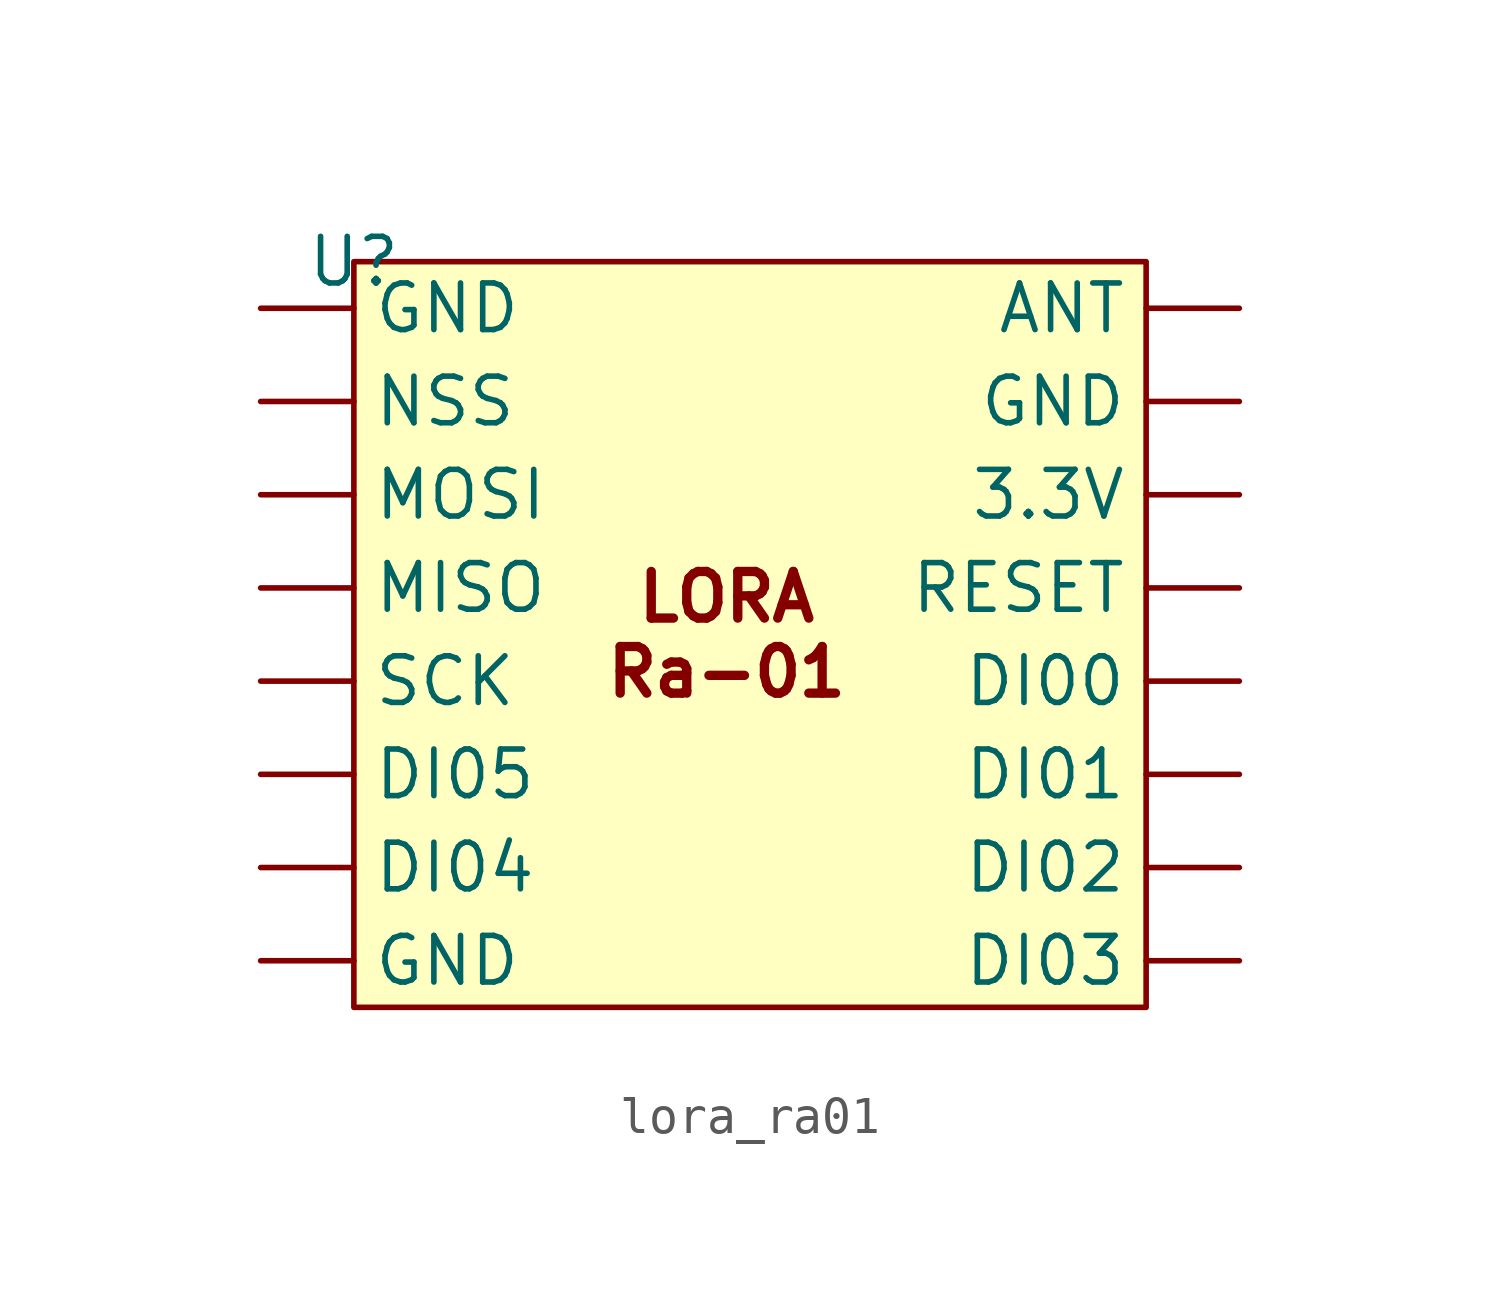
<source format=kicad_sym>
(kicad_symbol_lib
  (version 20220914)
  (generator kicad_symbol_editor)
  (symbol "lora_ra01"
    (property "Reference" "U"
      (at 0 0 0)
      (effects (font (size 1.27 1.27))))
    (property "Value" ""
      (at 0 0 0)
      (effects (font (size 1.27 1.27))))
    (symbol "lora_ra01_1_1"
      (rectangle (start 0 0) (end 21.59 -20.32) (stroke (width 0) (type default)) (fill (type background)))
      (text "LORA\nRa-01" (at 10.16 -10.16 0) (effects (font (size 1.27 1.27) bold)))
      (pin input line (at 24.13 -6.35 180) (length 2.54) (name "3.3V" (effects (font (size 1.27 1.27)))) (number "" (effects (font (size 1.27 1.27)))))
      (pin input line (at 24.13 -1.27 180) (length 2.54) (name "ANT" (effects (font (size 1.27 1.27)))) (number "" (effects (font (size 1.27 1.27)))))
      (pin input line (at 24.13 -11.43 180) (length 2.54) (name "DI00" (effects (font (size 1.27 1.27)))) (number "" (effects (font (size 1.27 1.27)))))
      (pin input line (at 24.13 -13.97 180) (length 2.54) (name "DI01" (effects (font (size 1.27 1.27)))) (number "" (effects (font (size 1.27 1.27)))))
      (pin input line (at 24.13 -16.51 180) (length 2.54) (name "DI02" (effects (font (size 1.27 1.27)))) (number "" (effects (font (size 1.27 1.27)))))
      (pin input line (at 24.13 -19.05 180) (length 2.54) (name "DI03" (effects (font (size 1.27 1.27)))) (number "" (effects (font (size 1.27 1.27)))))
      (pin input line (at -2.54 -16.51 0) (length 2.54) (name "DI04" (effects (font (size 1.27 1.27)))) (number "" (effects (font (size 1.27 1.27)))))
      (pin input line (at -2.54 -13.97 0) (length 2.54) (name "DI05" (effects (font (size 1.27 1.27)))) (number "" (effects (font (size 1.27 1.27)))))
      (pin input line (at -2.54 -19.05 0) (length 2.54) (name "GND" (effects (font (size 1.27 1.27)))) (number "" (effects (font (size 1.27 1.27)))))
      (pin input line (at -2.54 -1.27 0) (length 2.54) (name "GND" (effects (font (size 1.27 1.27)))) (number "" (effects (font (size 1.27 1.27)))))
      (pin input line (at 24.13 -3.81 180) (length 2.54) (name "GND" (effects (font (size 1.27 1.27)))) (number "" (effects (font (size 1.27 1.27)))))
      (pin input line (at -2.54 -8.89 0) (length 2.54) (name "MISO" (effects (font (size 1.27 1.27)))) (number "" (effects (font (size 1.27 1.27)))))
      (pin input line (at -2.54 -6.35 0) (length 2.54) (name "MOSI" (effects (font (size 1.27 1.27)))) (number "" (effects (font (size 1.27 1.27)))))
      (pin input line (at -2.54 -3.81 0) (length 2.54) (name "NSS" (effects (font (size 1.27 1.27)))) (number "" (effects (font (size 1.27 1.27)))))
      (pin input line (at 24.13 -8.89 180) (length 2.54) (name "RESET" (effects (font (size 1.27 1.27)))) (number "" (effects (font (size 1.27 1.27)))))
      (pin input line (at -2.54 -11.43 0) (length 2.54) (name "SCK" (effects (font (size 1.27 1.27)))) (number "" (effects (font (size 1.27 1.27))))))))
</source>
